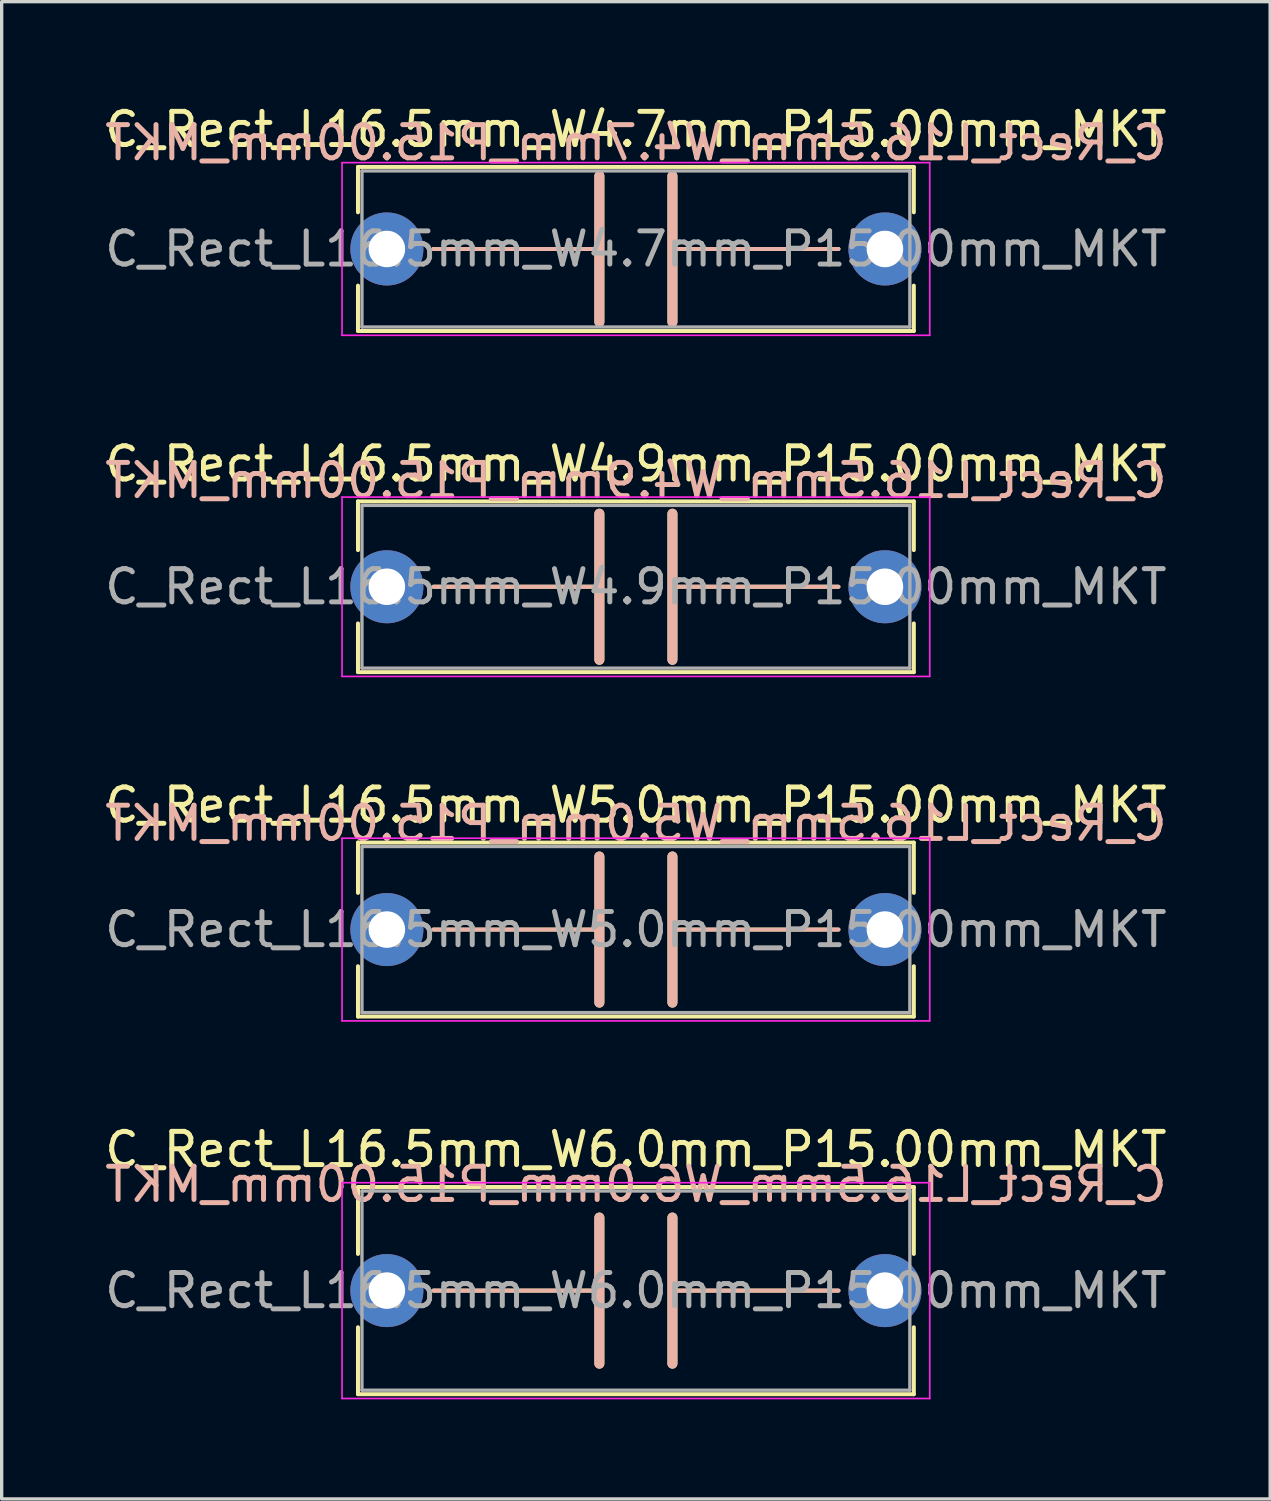
<source format=kicad_pcb>
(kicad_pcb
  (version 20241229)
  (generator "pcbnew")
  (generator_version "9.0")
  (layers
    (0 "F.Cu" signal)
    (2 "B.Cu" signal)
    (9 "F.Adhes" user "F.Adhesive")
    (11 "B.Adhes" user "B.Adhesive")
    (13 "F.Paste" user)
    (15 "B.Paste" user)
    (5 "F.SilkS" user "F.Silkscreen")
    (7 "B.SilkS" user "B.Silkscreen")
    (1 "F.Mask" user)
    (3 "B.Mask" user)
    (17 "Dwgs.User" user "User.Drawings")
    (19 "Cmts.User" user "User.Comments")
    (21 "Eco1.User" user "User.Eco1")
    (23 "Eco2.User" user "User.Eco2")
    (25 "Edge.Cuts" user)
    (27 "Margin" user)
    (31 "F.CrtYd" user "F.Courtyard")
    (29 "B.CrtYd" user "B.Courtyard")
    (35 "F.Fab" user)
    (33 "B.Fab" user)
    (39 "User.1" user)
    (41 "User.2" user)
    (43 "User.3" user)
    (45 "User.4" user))
  (footprint "C_Rect_L16.5mm_W5.0mm_P15.00mm_MKT"
    (layer "F.Cu")
    (at 8.601 24.945)
    (property "Reference" "C_Rect_L16.5mm_W5.0mm_P15.00mm_MKT" (at 7.5 -3.75 0) (layer "F.SilkS") (effects (font (size 1 1) (thickness 0.15))))
    (fp_line (start -0.87 -2.62) (end -0.87 -1.104) (stroke (width 0.12) (type solid)) (layer "F.SilkS"))
    (fp_line (start -0.87 -2.62) (end 15.87 -2.62) (stroke (width 0.12) (type solid)) (layer "F.SilkS"))
    (fp_line (start -0.87 1.104) (end -0.87 2.62) (stroke (width 0.12) (type solid)) (layer "F.SilkS"))
    (fp_line (start -0.87 2.62) (end 15.87 2.62) (stroke (width 0.12) (type solid)) (layer "F.SilkS"))
    (fp_line (start 1.4 0) (end 6.4 0) (stroke (width 0.12) (type solid)) (layer "F.SilkS"))
    (fp_line (start 6.4 -2.2) (end 6.4 2.2) (stroke (width 0.3) (type solid)) (layer "F.SilkS"))
    (fp_line (start 8.6 -2.2) (end 8.6 2.2) (stroke (width 0.3) (type solid)) (layer "F.SilkS"))
    (fp_line (start 8.6 0) (end 13.6 0) (stroke (width 0.12) (type solid)) (layer "F.SilkS"))
    (fp_line (start 15.87 -2.62) (end 15.87 -1.104) (stroke (width 0.12) (type solid)) (layer "F.SilkS"))
    (fp_line (start 15.87 1.104) (end 15.87 2.62) (stroke (width 0.12) (type solid)) (layer "F.SilkS"))
    (fp_line (start 1.4 0) (end 6.4 0) (stroke (width 0.12) (type solid)) (layer "B.SilkS"))
    (fp_line (start 6.4 2.2) (end 6.4 -2.2) (stroke (width 0.3) (type solid)) (layer "B.SilkS"))
    (fp_line (start 8.6 0) (end 13.6 0) (stroke (width 0.12) (type solid)) (layer "B.SilkS"))
    (fp_line (start 8.6 2.2) (end 8.6 -2.2) (stroke (width 0.3) (type solid)) (layer "B.SilkS"))
    (fp_line (start -1.35 -2.75) (end -1.35 2.75) (stroke (width 0.05) (type solid)) (layer "F.CrtYd"))
    (fp_line (start -1.35 2.75) (end 16.35 2.75) (stroke (width 0.05) (type solid)) (layer "F.CrtYd"))
    (fp_line (start 16.35 -2.75) (end -1.35 -2.75) (stroke (width 0.05) (type solid)) (layer "F.CrtYd"))
    (fp_line (start 16.35 2.75) (end 16.35 -2.75) (stroke (width 0.05) (type solid)) (layer "F.CrtYd"))
    (fp_line (start -0.75 -2.5) (end -0.75 2.5) (stroke (width 0.1) (type solid)) (layer "F.Fab"))
    (fp_line (start -0.75 2.5) (end 15.75 2.5) (stroke (width 0.1) (type solid)) (layer "F.Fab"))
    (fp_line (start 15.75 -2.5) (end -0.75 -2.5) (stroke (width 0.1) (type solid)) (layer "F.Fab"))
    (fp_line (start 15.75 2.5) (end 15.75 -2.5) (stroke (width 0.1) (type solid)) (layer "F.Fab"))
    (fp_text user "${REFERENCE}" (at 7.5 -3.2 0) (layer "B.SilkS") (effects (font (size 1 1) (thickness 0.15)) (justify mirror)))
    (fp_text user "${REFERENCE}" (at 7.5 0 0) (layer "F.Fab") (effects (font (size 1 1) (thickness 0.15))))
    (pad "1" thru_hole circle (at 0 0) (size 2.2 2.2) (drill 1.1) (layers "*.Cu" "*.Mask"))
    (pad "2" thru_hole circle (at 15 0) (size 2.2 2.2) (drill 1.1) (layers "*.Cu" "*.Mask")))
  (footprint "C_Rect_L16.5mm_W4.9mm_P15.00mm_MKT"
    (layer "F.Cu")
    (at 8.601 14.621)
    (property "Reference" "C_Rect_L16.5mm_W4.9mm_P15.00mm_MKT" (at 7.5 -3.7 0) (layer "F.SilkS") (effects (font (size 1 1) (thickness 0.15))))
    (fp_line (start -0.87 -2.571) (end -0.87 -1.104) (stroke (width 0.12) (type solid)) (layer "F.SilkS"))
    (fp_line (start -0.87 -2.571) (end 15.87 -2.571) (stroke (width 0.12) (type solid)) (layer "F.SilkS"))
    (fp_line (start -0.87 1.104) (end -0.87 2.571) (stroke (width 0.12) (type solid)) (layer "F.SilkS"))
    (fp_line (start -0.87 2.571) (end 15.87 2.571) (stroke (width 0.12) (type solid)) (layer "F.SilkS"))
    (fp_line (start 1.4 0) (end 6.4 0) (stroke (width 0.12) (type solid)) (layer "F.SilkS"))
    (fp_line (start 6.4 -2.2) (end 6.4 2.2) (stroke (width 0.3) (type solid)) (layer "F.SilkS"))
    (fp_line (start 8.6 -2.2) (end 8.6 2.2) (stroke (width 0.3) (type solid)) (layer "F.SilkS"))
    (fp_line (start 8.6 0) (end 13.6 0) (stroke (width 0.12) (type solid)) (layer "F.SilkS"))
    (fp_line (start 15.87 -2.571) (end 15.87 -1.104) (stroke (width 0.12) (type solid)) (layer "F.SilkS"))
    (fp_line (start 15.87 1.104) (end 15.87 2.571) (stroke (width 0.12) (type solid)) (layer "F.SilkS"))
    (fp_line (start 1.4 0) (end 6.4 0) (stroke (width 0.12) (type solid)) (layer "B.SilkS"))
    (fp_line (start 6.4 2.2) (end 6.4 -2.2) (stroke (width 0.3) (type solid)) (layer "B.SilkS"))
    (fp_line (start 8.6 0) (end 13.6 0) (stroke (width 0.12) (type solid)) (layer "B.SilkS"))
    (fp_line (start 8.6 2.2) (end 8.6 -2.2) (stroke (width 0.3) (type solid)) (layer "B.SilkS"))
    (fp_line (start -1.35 -2.7) (end -1.35 2.7) (stroke (width 0.05) (type solid)) (layer "F.CrtYd"))
    (fp_line (start -1.35 2.7) (end 16.35 2.7) (stroke (width 0.05) (type solid)) (layer "F.CrtYd"))
    (fp_line (start 16.35 -2.7) (end -1.35 -2.7) (stroke (width 0.05) (type solid)) (layer "F.CrtYd"))
    (fp_line (start 16.35 2.7) (end 16.35 -2.7) (stroke (width 0.05) (type solid)) (layer "F.CrtYd"))
    (fp_line (start -0.75 -2.45) (end -0.75 2.45) (stroke (width 0.1) (type solid)) (layer "F.Fab"))
    (fp_line (start -0.75 2.45) (end 15.75 2.45) (stroke (width 0.1) (type solid)) (layer "F.Fab"))
    (fp_line (start 15.75 -2.45) (end -0.75 -2.45) (stroke (width 0.1) (type solid)) (layer "F.Fab"))
    (fp_line (start 15.75 2.45) (end 15.75 -2.45) (stroke (width 0.1) (type solid)) (layer "F.Fab"))
    (fp_text user "${REFERENCE}" (at 7.5 -3.2 0) (layer "B.SilkS") (effects (font (size 1 1) (thickness 0.15)) (justify mirror)))
    (fp_text user "${REFERENCE}" (at 7.5 0 0) (layer "F.Fab") (effects (font (size 1 1) (thickness 0.15))))
    (pad "1" thru_hole circle (at 0 0) (size 2.2 2.2) (drill 1.1) (layers "*.Cu" "*.Mask"))
    (pad "2" thru_hole circle (at 15 0) (size 2.2 2.2) (drill 1.1) (layers "*.Cu" "*.Mask")))
  (footprint "C_Rect_L16.5mm_W6.0mm_P15.00mm_MKT"
    (layer "F.Cu")
    (at 8.601 35.818)
    (property "Reference" "C_Rect_L16.5mm_W6.0mm_P15.00mm_MKT" (at 7.5 -4.25 0) (layer "F.SilkS") (effects (font (size 1 1) (thickness 0.15))))
    (fp_line (start -0.87 -3.12) (end -0.87 -1.104) (stroke (width 0.12) (type solid)) (layer "F.SilkS"))
    (fp_line (start -0.87 -3.12) (end 15.87 -3.12) (stroke (width 0.12) (type solid)) (layer "F.SilkS"))
    (fp_line (start -0.87 1.104) (end -0.87 3.12) (stroke (width 0.12) (type solid)) (layer "F.SilkS"))
    (fp_line (start -0.87 3.12) (end 15.87 3.12) (stroke (width 0.12) (type solid)) (layer "F.SilkS"))
    (fp_line (start 1.4 0) (end 6.4 0) (stroke (width 0.12) (type solid)) (layer "F.SilkS"))
    (fp_line (start 6.4 -2.2) (end 6.4 2.2) (stroke (width 0.3) (type solid)) (layer "F.SilkS"))
    (fp_line (start 8.6 -2.2) (end 8.6 2.2) (stroke (width 0.3) (type solid)) (layer "F.SilkS"))
    (fp_line (start 8.6 0) (end 13.6 0) (stroke (width 0.12) (type solid)) (layer "F.SilkS"))
    (fp_line (start 15.87 -3.12) (end 15.87 -1.104) (stroke (width 0.12) (type solid)) (layer "F.SilkS"))
    (fp_line (start 15.87 1.104) (end 15.87 3.12) (stroke (width 0.12) (type solid)) (layer "F.SilkS"))
    (fp_line (start 1.4 0) (end 6.4 0) (stroke (width 0.12) (type solid)) (layer "B.SilkS"))
    (fp_line (start 6.4 2.2) (end 6.4 -2.2) (stroke (width 0.3) (type solid)) (layer "B.SilkS"))
    (fp_line (start 8.6 0) (end 13.6 0) (stroke (width 0.12) (type solid)) (layer "B.SilkS"))
    (fp_line (start 8.6 2.2) (end 8.6 -2.2) (stroke (width 0.3) (type solid)) (layer "B.SilkS"))
    (fp_line (start -1.35 -3.25) (end -1.35 3.25) (stroke (width 0.05) (type solid)) (layer "F.CrtYd"))
    (fp_line (start -1.35 3.25) (end 16.35 3.25) (stroke (width 0.05) (type solid)) (layer "F.CrtYd"))
    (fp_line (start 16.35 -3.25) (end -1.35 -3.25) (stroke (width 0.05) (type solid)) (layer "F.CrtYd"))
    (fp_line (start 16.35 3.25) (end 16.35 -3.25) (stroke (width 0.05) (type solid)) (layer "F.CrtYd"))
    (fp_line (start -0.75 -3) (end -0.75 3) (stroke (width 0.1) (type solid)) (layer "F.Fab"))
    (fp_line (start -0.75 3) (end 15.75 3) (stroke (width 0.1) (type solid)) (layer "F.Fab"))
    (fp_line (start 15.75 -3) (end -0.75 -3) (stroke (width 0.1) (type solid)) (layer "F.Fab"))
    (fp_line (start 15.75 3) (end 15.75 -3) (stroke (width 0.1) (type solid)) (layer "F.Fab"))
    (fp_text user "${REFERENCE}" (at 7.5 -3.2 0) (layer "B.SilkS") (effects (font (size 1 1) (thickness 0.15)) (justify mirror)))
    (fp_text user "${REFERENCE}" (at 7.5 0 0) (layer "F.Fab") (effects (font (size 1 1) (thickness 0.15))))
    (pad "1" thru_hole circle (at 0 0) (size 2.2 2.2) (drill 1.1) (layers "*.Cu" "*.Mask"))
    (pad "2" thru_hole circle (at 15 0) (size 2.2 2.2) (drill 1.1) (layers "*.Cu" "*.Mask")))
  (footprint "C_Rect_L16.5mm_W4.7mm_P15.00mm_MKT"
    (layer "F.Cu")
    (at 8.601 4.448)
    (property "Reference" "C_Rect_L16.5mm_W4.7mm_P15.00mm_MKT" (at 7.5 -3.6 0) (layer "F.SilkS") (effects (font (size 1 1) (thickness 0.15))))
    (fp_line (start -0.87 -2.47) (end -0.87 -1.104) (stroke (width 0.12) (type solid)) (layer "F.SilkS"))
    (fp_line (start -0.87 -2.47) (end 15.87 -2.47) (stroke (width 0.12) (type solid)) (layer "F.SilkS"))
    (fp_line (start -0.87 1.104) (end -0.87 2.47) (stroke (width 0.12) (type solid)) (layer "F.SilkS"))
    (fp_line (start -0.87 2.47) (end 15.87 2.47) (stroke (width 0.12) (type solid)) (layer "F.SilkS"))
    (fp_line (start 1.4 0) (end 6.4 0) (stroke (width 0.12) (type solid)) (layer "F.SilkS"))
    (fp_line (start 6.4 -2.2) (end 6.4 2.2) (stroke (width 0.3) (type solid)) (layer "F.SilkS"))
    (fp_line (start 8.6 -2.2) (end 8.6 2.2) (stroke (width 0.3) (type solid)) (layer "F.SilkS"))
    (fp_line (start 8.6 0) (end 13.6 0) (stroke (width 0.12) (type solid)) (layer "F.SilkS"))
    (fp_line (start 15.87 -2.47) (end 15.87 -1.104) (stroke (width 0.12) (type solid)) (layer "F.SilkS"))
    (fp_line (start 15.87 1.104) (end 15.87 2.47) (stroke (width 0.12) (type solid)) (layer "F.SilkS"))
    (fp_line (start 1.4 0) (end 6.4 0) (stroke (width 0.12) (type solid)) (layer "B.SilkS"))
    (fp_line (start 6.4 2.2) (end 6.4 -2.2) (stroke (width 0.3) (type solid)) (layer "B.SilkS"))
    (fp_line (start 8.6 0) (end 13.6 0) (stroke (width 0.12) (type solid)) (layer "B.SilkS"))
    (fp_line (start 8.6 2.2) (end 8.6 -2.2) (stroke (width 0.3) (type solid)) (layer "B.SilkS"))
    (fp_line (start -1.35 -2.6) (end -1.35 2.6) (stroke (width 0.05) (type solid)) (layer "F.CrtYd"))
    (fp_line (start -1.35 2.6) (end 16.35 2.6) (stroke (width 0.05) (type solid)) (layer "F.CrtYd"))
    (fp_line (start 16.35 -2.6) (end -1.35 -2.6) (stroke (width 0.05) (type solid)) (layer "F.CrtYd"))
    (fp_line (start 16.35 2.6) (end 16.35 -2.6) (stroke (width 0.05) (type solid)) (layer "F.CrtYd"))
    (fp_line (start -0.75 -2.35) (end -0.75 2.35) (stroke (width 0.1) (type solid)) (layer "F.Fab"))
    (fp_line (start -0.75 2.35) (end 15.75 2.35) (stroke (width 0.1) (type solid)) (layer "F.Fab"))
    (fp_line (start 15.75 -2.35) (end -0.75 -2.35) (stroke (width 0.1) (type solid)) (layer "F.Fab"))
    (fp_line (start 15.75 2.35) (end 15.75 -2.35) (stroke (width 0.1) (type solid)) (layer "F.Fab"))
    (fp_text user "${REFERENCE}" (at 7.5 -3.2 0) (layer "B.SilkS") (effects (font (size 1 1) (thickness 0.15)) (justify mirror)))
    (fp_text user "${REFERENCE}" (at 7.5 0 0) (layer "F.Fab") (effects (font (size 1 1) (thickness 0.15))))
    (pad "1" thru_hole circle (at 0 0) (size 2.2 2.2) (drill 1.1) (layers "*.Cu" "*.Mask"))
    (pad "2" thru_hole circle (at 15 0) (size 2.2 2.2) (drill 1.1) (layers "*.Cu" "*.Mask")))
  (gr_rect
    (start -3 -3)
    (end 35.202 42.093)
    (stroke (width 0.1) (type default))
    (fill no)
    (layer "Edge.Cuts")))
</source>
